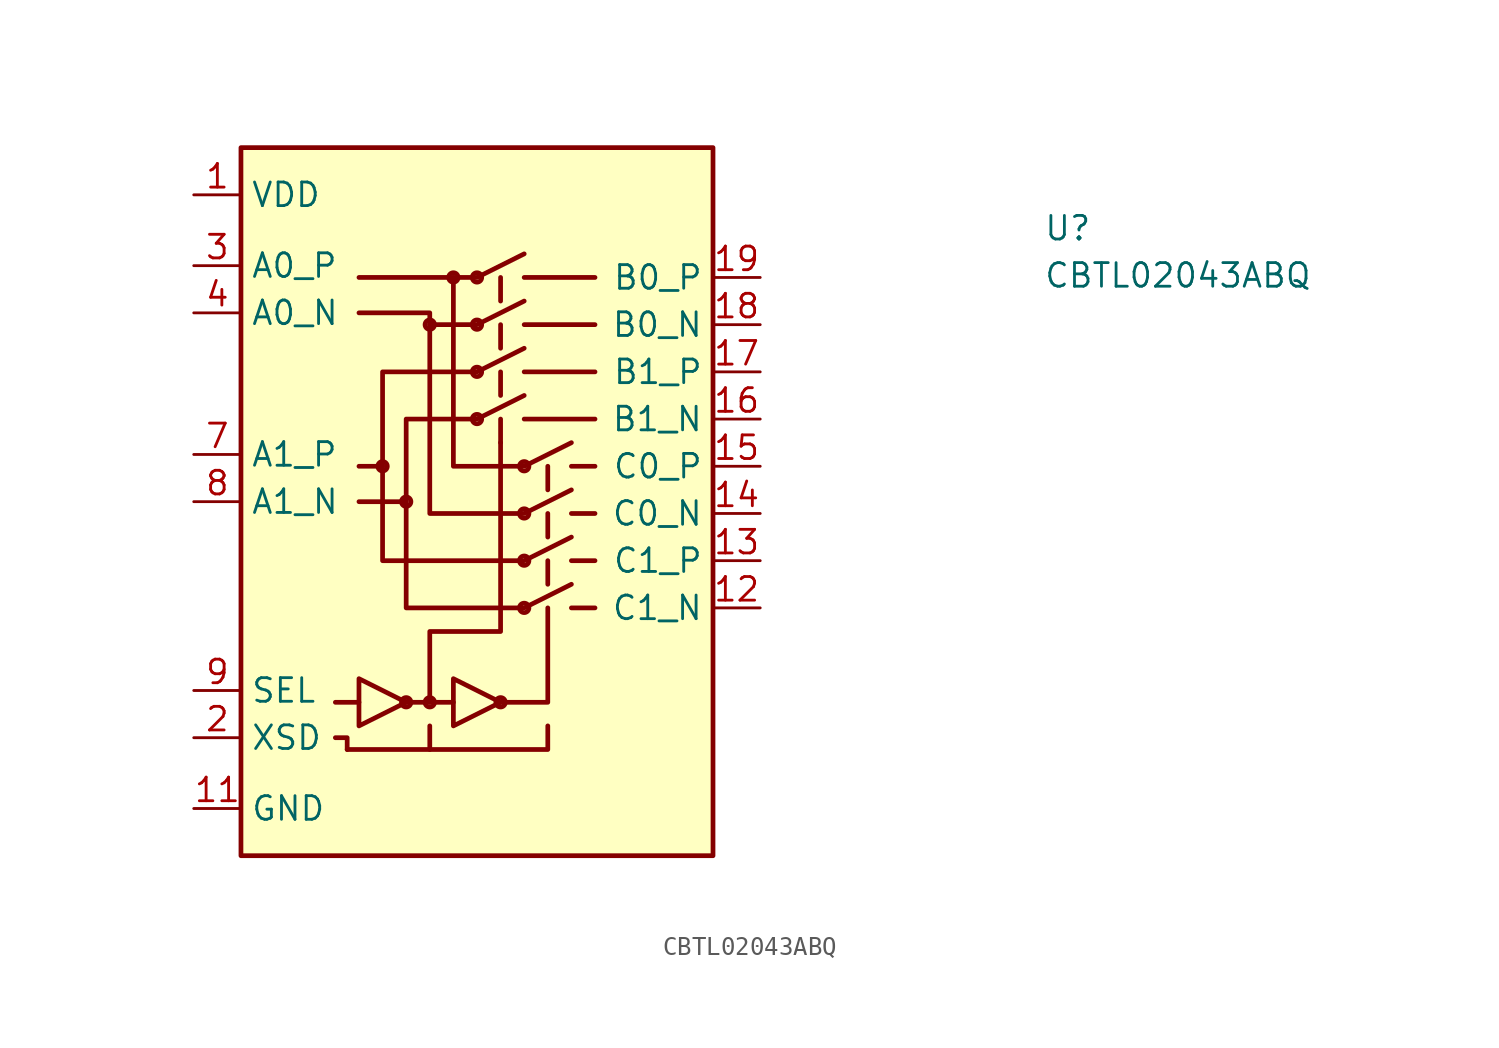
<source format=kicad_sym>
(kicad_symbol_lib
  (version 20211014)
  (generator kicad_symbol_editor)
  (symbol "CBTL02043ABQ"
    (property "Reference" "U"
      (at 45.72 -2.54 0)
      (effects (font (size 1.27 1.27) (thickness 0.15)) (justify left bottom)))
    (property "Value" "CBTL02043ABQ"
      (at 45.72 -5.08 0)
      (effects (font (size 1.27 1.27) (thickness 0.15)) (justify left bottom)))
    (symbol "CBTL02043ABQ_0_1"
      (polyline (pts (xy 7.62 -29.21) (xy 8.255 -29.21) (xy 8.255 -29.845)) (stroke (width 0.254) (type default) (color 0 0 0 0)) (fill (type none)))
      (polyline (pts (xy 12.7 -6.985) (xy 12.7 -6.35) (xy 8.89 -6.35)) (stroke (width 0.254) (type default) (color 0 0 0 0)) (fill (type none))))
    (symbol "CBTL02043ABQ_1_1"
      (polyline (pts (xy 7.62 -27.305) (xy 8.89 -27.305)) (stroke (width 0.254) (type default) (color 0 0 0 0)) (fill (type background)))
      (polyline (pts (xy 12.7 -27.305) (xy 13.97 -27.305)) (stroke (width 0.254) (type default) (color 0 0 0 0)) (fill (type background)))
      (polyline (pts (xy 16.51 -12.065) (xy 16.51 -13.335)) (stroke (width 0.254) (type default) (color 0 0 0 0)) (fill (type background)))
      (polyline (pts (xy 16.51 -9.525) (xy 16.51 -10.795)) (stroke (width 0.254) (type default) (color 0 0 0 0)) (fill (type background)))
      (polyline (pts (xy 16.51 -6.985) (xy 16.51 -8.255)) (stroke (width 0.254) (type default) (color 0 0 0 0)) (fill (type background)))
      (polyline (pts (xy 16.51 -4.445) (xy 16.51 -5.715)) (stroke (width 0.254) (type default) (color 0 0 0 0)) (fill (type background)))
      (polyline (pts (xy 19.05 -20.955) (xy 19.05 -19.685)) (stroke (width 0.254) (type default) (color 0 0 0 0)) (fill (type background)))
      (polyline (pts (xy 19.05 -18.415) (xy 19.05 -17.145)) (stroke (width 0.254) (type default) (color 0 0 0 0)) (fill (type background)))
      (polyline (pts (xy 19.05 -15.875) (xy 19.05 -14.605)) (stroke (width 0.254) (type default) (color 0 0 0 0)) (fill (type background)))
      (polyline (pts (xy 21.59 -22.225) (xy 20.32 -22.225)) (stroke (width 0.254) (type default) (color 0 0 0 0)) (fill (type background)))
      (polyline (pts (xy 21.59 -19.685) (xy 20.32 -19.685)) (stroke (width 0.254) (type default) (color 0 0 0 0)) (fill (type background)))
      (polyline (pts (xy 21.59 -17.145) (xy 20.32 -17.145)) (stroke (width 0.254) (type default) (color 0 0 0 0)) (fill (type background)))
      (polyline (pts (xy 21.59 -14.605) (xy 20.32 -14.605)) (stroke (width 0.254) (type default) (color 0 0 0 0)) (fill (type background)))
      (polyline (pts (xy 21.59 -12.065) (xy 17.78 -12.065)) (stroke (width 0.254) (type default) (color 0 0 0 0)) (fill (type background)))
      (polyline (pts (xy 21.59 -9.525) (xy 17.78 -9.525)) (stroke (width 0.254) (type default) (color 0 0 0 0)) (fill (type background)))
      (polyline (pts (xy 21.59 -6.985) (xy 17.78 -6.985)) (stroke (width 0.254) (type default) (color 0 0 0 0)) (fill (type background)))
      (polyline (pts (xy 21.59 -4.445) (xy 17.78 -4.445)) (stroke (width 0.254) (type default) (color 0 0 0 0)) (fill (type background)))
      (polyline (pts (xy 8.255 -29.845) (xy 12.7 -29.845) (xy 12.7 -28.575)) (stroke (width 0.254) (type default) (color 0 0 0 0)) (fill (type background)))
      (polyline (pts (xy 8.89 -4.445) (xy 15.24 -4.445) (xy 17.78 -3.175)) (stroke (width 0.254) (type default) (color 0 0 0 0)) (fill (type background)))
      (polyline (pts (xy 12.7 -29.845) (xy 19.05 -29.845) (xy 19.05 -28.575)) (stroke (width 0.254) (type default) (color 0 0 0 0)) (fill (type background)))
      (polyline (pts (xy 12.7 -6.985) (xy 15.24 -6.985) (xy 17.78 -5.715)) (stroke (width 0.254) (type default) (color 0 0 0 0)) (fill (type background)))
      (polyline (pts (xy 16.51 -27.305) (xy 19.05 -27.305) (xy 19.05 -22.225)) (stroke (width 0.254) (type default) (color 0 0 0 0)) (fill (type background)))
      (polyline (pts (xy 11.43 -27.305) (xy 8.89 -26.035) (xy 8.89 -28.575) (xy 11.43 -27.305)) (stroke (width 0.254) (type default) (color 0 0 0 0)) (fill (type background)))
      (polyline (pts (xy 16.51 -27.305) (xy 13.97 -26.035) (xy 13.97 -28.575) (xy 16.51 -27.305)) (stroke (width 0.254) (type default) (color 0 0 0 0)) (fill (type background)))
      (polyline (pts (xy 20.32 -20.955) (xy 17.78 -22.225) (xy 11.43 -22.225) (xy 11.43 -16.51)) (stroke (width 0.254) (type default) (color 0 0 0 0)) (fill (type background)))
      (polyline (pts (xy 20.32 -18.415) (xy 17.78 -19.685) (xy 10.16 -19.685) (xy 10.16 -14.605)) (stroke (width 0.254) (type default) (color 0 0 0 0)) (fill (type background)))
      (polyline (pts (xy 20.32 -15.875) (xy 17.78 -17.145) (xy 12.7 -17.145) (xy 12.7 -6.985)) (stroke (width 0.254) (type default) (color 0 0 0 0)) (fill (type background)))
      (polyline (pts (xy 20.32 -13.335) (xy 17.78 -14.605) (xy 13.97 -14.605) (xy 13.97 -4.445)) (stroke (width 0.254) (type default) (color 0 0 0 0)) (fill (type background)))
      (polyline (pts (xy 8.89 -16.51) (xy 11.43 -16.51) (xy 11.43 -12.065) (xy 15.24 -12.065) (xy 17.78 -10.795)) (stroke (width 0.254) (type default) (color 0 0 0 0)) (fill (type background)))
      (polyline (pts (xy 8.89 -14.605) (xy 10.16 -14.605) (xy 10.16 -9.525) (xy 15.24 -9.525) (xy 17.78 -8.255)) (stroke (width 0.254) (type default) (color 0 0 0 0)) (fill (type background)))
      (polyline (pts (xy 16.51 -13.335) (xy 16.51 -23.495) (xy 12.7 -23.495) (xy 12.7 -27.305) (xy 11.43 -27.305)) (stroke (width 0.254) (type default) (color 0 0 0 0)) (fill (type background)))
      (rectangle (start 2.54 2.54) (end 27.94 -35.56) (stroke (width 0.254) (type default) (color 0 0 0 0)) (fill (type background)))
      (circle (center 10.16 -14.605) (radius 0.254) (stroke (width 0.254) (type default) (color 0 0 0 0)) (fill (type background)))
      (circle (center 11.43 -27.305) (radius 0.254) (stroke (width 0.254) (type default) (color 0 0 0 0)) (fill (type background)))
      (circle (center 11.43 -16.51) (radius 0.254) (stroke (width 0.254) (type default) (color 0 0 0 0)) (fill (type background)))
      (circle (center 12.7 -27.305) (radius 0.254) (stroke (width 0.254) (type default) (color 0 0 0 0)) (fill (type background)))
      (circle (center 12.7 -6.985) (radius 0.254) (stroke (width 0.254) (type default) (color 0 0 0 0)) (fill (type background)))
      (circle (center 13.97 -4.445) (radius 0.254) (stroke (width 0.254) (type default) (color 0 0 0 0)) (fill (type background)))
      (circle (center 15.24 -12.065) (radius 0.254) (stroke (width 0.254) (type default) (color 0 0 0 0)) (fill (type background)))
      (circle (center 15.24 -9.525) (radius 0.254) (stroke (width 0.254) (type default) (color 0 0 0 0)) (fill (type background)))
      (circle (center 15.24 -6.985) (radius 0.254) (stroke (width 0.254) (type default) (color 0 0 0 0)) (fill (type background)))
      (circle (center 15.24 -4.445) (radius 0.254) (stroke (width 0.254) (type default) (color 0 0 0 0)) (fill (type background)))
      (circle (center 16.51 -27.305) (radius 0.254) (stroke (width 0.254) (type default) (color 0 0 0 0)) (fill (type background)))
      (circle (center 17.78 -22.225) (radius 0.254) (stroke (width 0.254) (type default) (color 0 0 0 0)) (fill (type background)))
      (circle (center 17.78 -19.685) (radius 0.254) (stroke (width 0.254) (type default) (color 0 0 0 0)) (fill (type background)))
      (circle (center 17.78 -17.145) (radius 0.254) (stroke (width 0.254) (type default) (color 0 0 0 0)) (fill (type background)))
      (circle (center 17.78 -14.605) (radius 0.254) (stroke (width 0.254) (type default) (color 0 0 0 0)) (fill (type background)))
      (pin power_in line (at 0 0 0) (length 2.54) (name "VDD" (effects (font (size 1.27 1.27)))) (number "1" (effects (font (size 1.27 1.27)))))
      (pin passive line (at 0 0 0) (length 2.54) hide (name "VDD" (effects (font (size 1.27 1.27)))) (number "10" (effects (font (size 1.27 1.27)))))
      (pin passive line (at 0 -33.02 0) (length 2.54) (name "GND" (effects (font (size 1.27 1.27)))) (number "11" (effects (font (size 1.27 1.27)))))
      (pin passive line (at 30.48 -22.225 180) (length 2.54) (name "C1_N" (effects (font (size 1.27 1.27)))) (number "12" (effects (font (size 1.27 1.27)))))
      (pin passive line (at 30.48 -19.685 180) (length 2.54) (name "C1_P" (effects (font (size 1.27 1.27)))) (number "13" (effects (font (size 1.27 1.27)))))
      (pin passive line (at 30.48 -17.145 180) (length 2.54) (name "C0_N" (effects (font (size 1.27 1.27)))) (number "14" (effects (font (size 1.27 1.27)))))
      (pin passive line (at 30.48 -14.605 180) (length 2.54) (name "C0_P" (effects (font (size 1.27 1.27)))) (number "15" (effects (font (size 1.27 1.27)))))
      (pin passive line (at 30.48 -12.065 180) (length 2.54) (name "B1_N" (effects (font (size 1.27 1.27)))) (number "16" (effects (font (size 1.27 1.27)))))
      (pin passive line (at 30.48 -9.525 180) (length 2.54) (name "B1_P" (effects (font (size 1.27 1.27)))) (number "17" (effects (font (size 1.27 1.27)))))
      (pin passive line (at 30.48 -6.985 180) (length 2.54) (name "B0_N" (effects (font (size 1.27 1.27)))) (number "18" (effects (font (size 1.27 1.27)))))
      (pin passive line (at 30.48 -4.445 180) (length 2.54) (name "B0_P" (effects (font (size 1.27 1.27)))) (number "19" (effects (font (size 1.27 1.27)))))
      (pin input line (at 0 -29.21 0) (length 2.54) (name "XSD" (effects (font (size 1.27 1.27)))) (number "2" (effects (font (size 1.27 1.27)))))
      (pin passive line (at 0 -33.02 0) (length 2.54) hide (name "GND" (effects (font (size 1.27 1.27)))) (number "20" (effects (font (size 1.27 1.27)))))
      (pin passive line (at 0 -33.02 0) (length 2.54) hide (name "GND" (effects (font (size 1.27 1.27)))) (number "21" (effects (font (size 1.27 1.27)))))
      (pin passive line (at 0 -3.81 0) (length 2.54) (name "A0_P" (effects (font (size 1.27 1.27)))) (number "3" (effects (font (size 1.27 1.27)))))
      (pin passive line (at 0 -6.35 0) (length 2.54) (name "A0_N" (effects (font (size 1.27 1.27)))) (number "4" (effects (font (size 1.27 1.27)))))
      (pin passive line (at 0 -33.02 0) (length 2.54) hide (name "GND" (effects (font (size 1.27 1.27)))) (number "5" (effects (font (size 1.27 1.27)))))
      (pin passive line (at 0 0 0) (length 2.54) hide (name "VDD" (effects (font (size 1.27 1.27)))) (number "6" (effects (font (size 1.27 1.27)))))
      (pin passive line (at 0 -13.97 0) (length 2.54) (name "A1_P" (effects (font (size 1.27 1.27)))) (number "7" (effects (font (size 1.27 1.27)))))
      (pin passive line (at 0 -16.51 0) (length 2.54) (name "A1_N" (effects (font (size 1.27 1.27)))) (number "8" (effects (font (size 1.27 1.27)))))
      (pin input line (at 0 -26.67 0) (length 2.54) (name "SEL" (effects (font (size 1.27 1.27)))) (number "9" (effects (font (size 1.27 1.27))))))))
</source>
